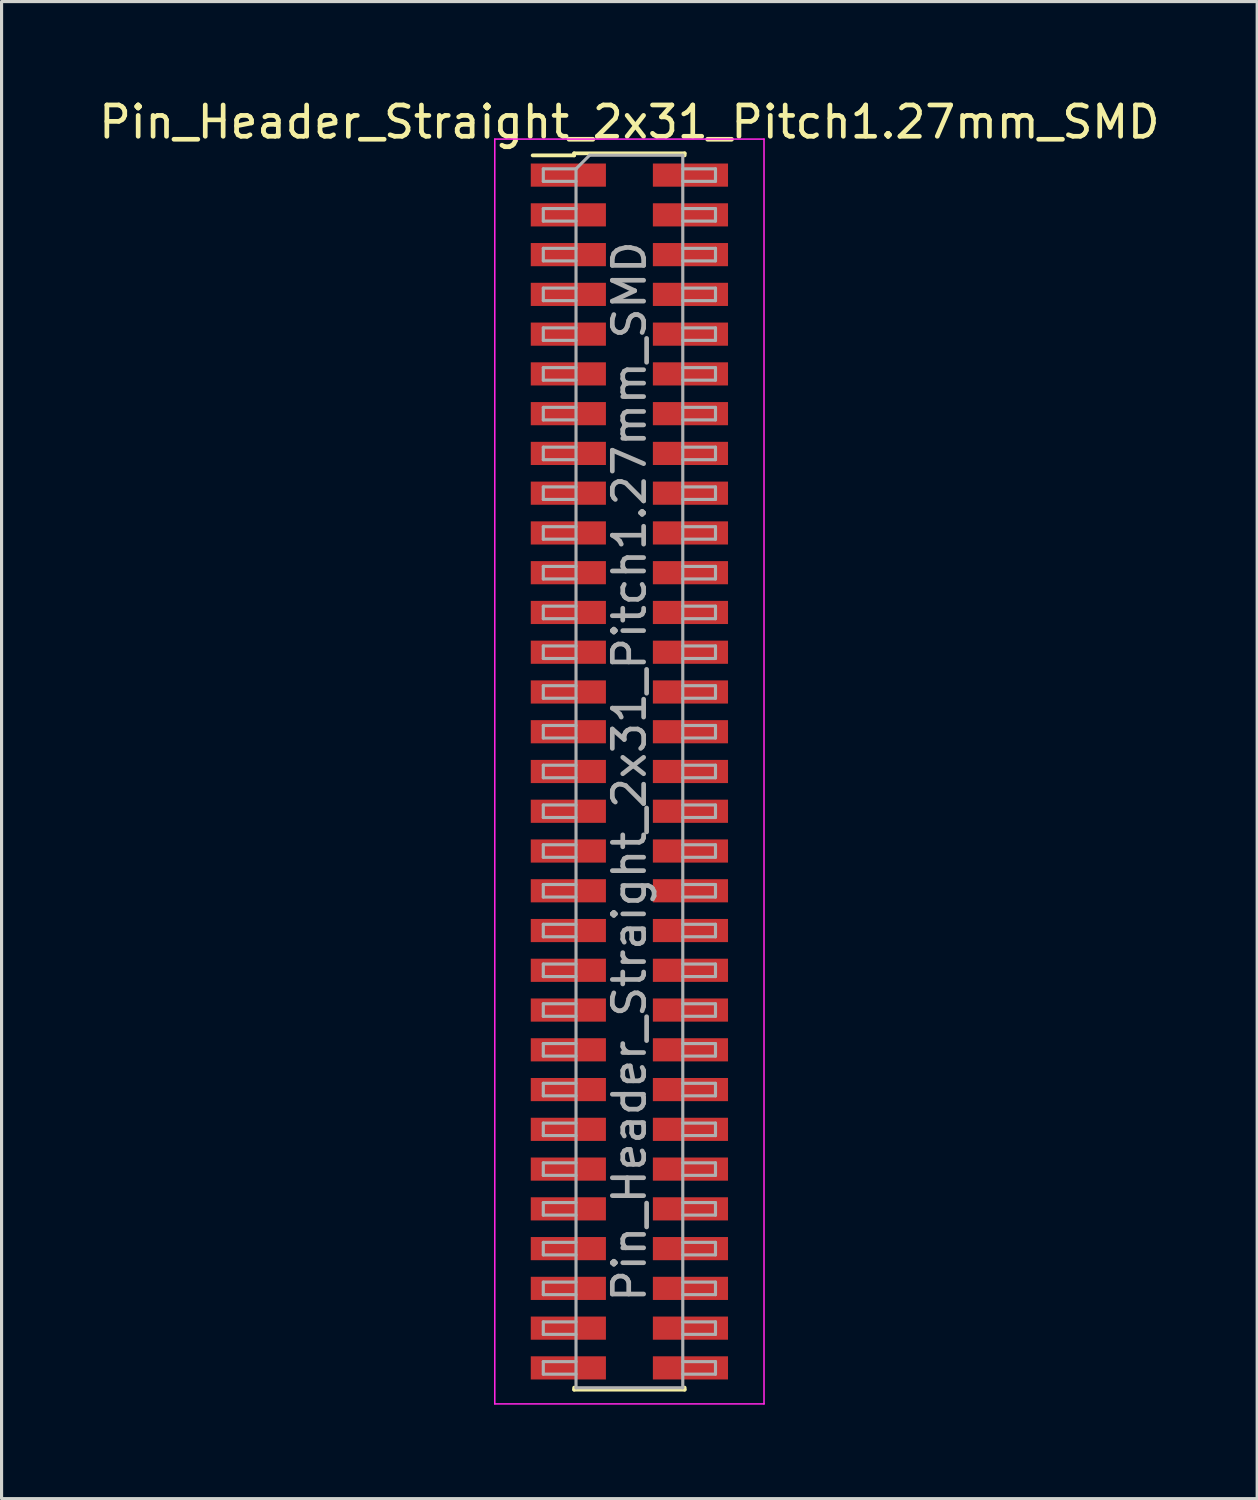
<source format=kicad_pcb>
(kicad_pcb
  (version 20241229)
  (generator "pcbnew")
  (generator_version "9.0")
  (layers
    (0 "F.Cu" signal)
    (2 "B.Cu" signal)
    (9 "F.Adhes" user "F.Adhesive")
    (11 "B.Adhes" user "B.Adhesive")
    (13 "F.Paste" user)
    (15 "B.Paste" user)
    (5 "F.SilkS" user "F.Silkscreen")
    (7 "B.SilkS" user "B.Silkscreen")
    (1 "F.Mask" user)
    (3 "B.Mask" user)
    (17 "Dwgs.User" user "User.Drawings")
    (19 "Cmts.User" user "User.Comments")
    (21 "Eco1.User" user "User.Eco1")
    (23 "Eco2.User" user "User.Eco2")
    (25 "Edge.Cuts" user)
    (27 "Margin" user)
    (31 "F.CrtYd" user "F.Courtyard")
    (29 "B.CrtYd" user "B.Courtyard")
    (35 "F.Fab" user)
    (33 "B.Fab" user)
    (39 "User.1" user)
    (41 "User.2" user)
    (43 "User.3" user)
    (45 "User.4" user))
  (footprint "Pin_Header_Straight_2x31_Pitch1.27mm_SMD"
    (layer "F.Cu")
    (at 17.054 21.593)
    (property "Reference" "Pin_Header_Straight_2x31_Pitch1.27mm_SMD" (at 0 -20.745 0) (layer "F.SilkS") (effects (font (size 1 1) (thickness 0.15))))
    (attr smd)
    (fp_line (start -3.09 -19.68) (end -1.765 -19.68) (stroke (width 0.12) (type solid)) (layer "F.SilkS"))
    (fp_line (start -1.765 -19.745) (end -1.765 -19.68) (stroke (width 0.12) (type solid)) (layer "F.SilkS"))
    (fp_line (start -1.765 -19.745) (end 1.765 -19.745) (stroke (width 0.12) (type solid)) (layer "F.SilkS"))
    (fp_line (start -1.765 19.68) (end -1.765 19.745) (stroke (width 0.12) (type solid)) (layer "F.SilkS"))
    (fp_line (start -1.765 19.745) (end 1.765 19.745) (stroke (width 0.12) (type solid)) (layer "F.SilkS"))
    (fp_line (start 1.765 -19.745) (end 1.765 -19.68) (stroke (width 0.12) (type solid)) (layer "F.SilkS"))
    (fp_line (start 1.765 19.68) (end 1.765 19.745) (stroke (width 0.12) (type solid)) (layer "F.SilkS"))
    (fp_line (start -4.3 -20.2) (end -4.3 20.2) (stroke (width 0.05) (type solid)) (layer "F.CrtYd"))
    (fp_line (start -4.3 20.2) (end 4.3 20.2) (stroke (width 0.05) (type solid)) (layer "F.CrtYd"))
    (fp_line (start 4.3 -20.2) (end -4.3 -20.2) (stroke (width 0.05) (type solid)) (layer "F.CrtYd"))
    (fp_line (start 4.3 20.2) (end 4.3 -20.2) (stroke (width 0.05) (type solid)) (layer "F.CrtYd"))
    (fp_line (start -2.75 -19.25) (end -2.75 -18.85) (stroke (width 0.1) (type solid)) (layer "F.Fab"))
    (fp_line (start -2.75 -18.85) (end -1.705 -18.85) (stroke (width 0.1) (type solid)) (layer "F.Fab"))
    (fp_line (start -2.75 -17.98) (end -2.75 -17.58) (stroke (width 0.1) (type solid)) (layer "F.Fab"))
    (fp_line (start -2.75 -17.58) (end -1.705 -17.58) (stroke (width 0.1) (type solid)) (layer "F.Fab"))
    (fp_line (start -2.75 -16.71) (end -2.75 -16.31) (stroke (width 0.1) (type solid)) (layer "F.Fab"))
    (fp_line (start -2.75 -16.31) (end -1.705 -16.31) (stroke (width 0.1) (type solid)) (layer "F.Fab"))
    (fp_line (start -2.75 -15.44) (end -2.75 -15.04) (stroke (width 0.1) (type solid)) (layer "F.Fab"))
    (fp_line (start -2.75 -15.04) (end -1.705 -15.04) (stroke (width 0.1) (type solid)) (layer "F.Fab"))
    (fp_line (start -2.75 -14.17) (end -2.75 -13.77) (stroke (width 0.1) (type solid)) (layer "F.Fab"))
    (fp_line (start -2.75 -13.77) (end -1.705 -13.77) (stroke (width 0.1) (type solid)) (layer "F.Fab"))
    (fp_line (start -2.75 -12.9) (end -2.75 -12.5) (stroke (width 0.1) (type solid)) (layer "F.Fab"))
    (fp_line (start -2.75 -12.5) (end -1.705 -12.5) (stroke (width 0.1) (type solid)) (layer "F.Fab"))
    (fp_line (start -2.75 -11.63) (end -2.75 -11.23) (stroke (width 0.1) (type solid)) (layer "F.Fab"))
    (fp_line (start -2.75 -11.23) (end -1.705 -11.23) (stroke (width 0.1) (type solid)) (layer "F.Fab"))
    (fp_line (start -2.75 -10.36) (end -2.75 -9.96) (stroke (width 0.1) (type solid)) (layer "F.Fab"))
    (fp_line (start -2.75 -9.96) (end -1.705 -9.96) (stroke (width 0.1) (type solid)) (layer "F.Fab"))
    (fp_line (start -2.75 -9.09) (end -2.75 -8.69) (stroke (width 0.1) (type solid)) (layer "F.Fab"))
    (fp_line (start -2.75 -8.69) (end -1.705 -8.69) (stroke (width 0.1) (type solid)) (layer "F.Fab"))
    (fp_line (start -2.75 -7.82) (end -2.75 -7.42) (stroke (width 0.1) (type solid)) (layer "F.Fab"))
    (fp_line (start -2.75 -7.42) (end -1.705 -7.42) (stroke (width 0.1) (type solid)) (layer "F.Fab"))
    (fp_line (start -2.75 -6.55) (end -2.75 -6.15) (stroke (width 0.1) (type solid)) (layer "F.Fab"))
    (fp_line (start -2.75 -6.15) (end -1.705 -6.15) (stroke (width 0.1) (type solid)) (layer "F.Fab"))
    (fp_line (start -2.75 -5.28) (end -2.75 -4.88) (stroke (width 0.1) (type solid)) (layer "F.Fab"))
    (fp_line (start -2.75 -4.88) (end -1.705 -4.88) (stroke (width 0.1) (type solid)) (layer "F.Fab"))
    (fp_line (start -2.75 -4.01) (end -2.75 -3.61) (stroke (width 0.1) (type solid)) (layer "F.Fab"))
    (fp_line (start -2.75 -3.61) (end -1.705 -3.61) (stroke (width 0.1) (type solid)) (layer "F.Fab"))
    (fp_line (start -2.75 -2.74) (end -2.75 -2.34) (stroke (width 0.1) (type solid)) (layer "F.Fab"))
    (fp_line (start -2.75 -2.34) (end -1.705 -2.34) (stroke (width 0.1) (type solid)) (layer "F.Fab"))
    (fp_line (start -2.75 -1.47) (end -2.75 -1.07) (stroke (width 0.1) (type solid)) (layer "F.Fab"))
    (fp_line (start -2.75 -1.07) (end -1.705 -1.07) (stroke (width 0.1) (type solid)) (layer "F.Fab"))
    (fp_line (start -2.75 -0.2) (end -2.75 0.2) (stroke (width 0.1) (type solid)) (layer "F.Fab"))
    (fp_line (start -2.75 0.2) (end -1.705 0.2) (stroke (width 0.1) (type solid)) (layer "F.Fab"))
    (fp_line (start -2.75 1.07) (end -2.75 1.47) (stroke (width 0.1) (type solid)) (layer "F.Fab"))
    (fp_line (start -2.75 1.47) (end -1.705 1.47) (stroke (width 0.1) (type solid)) (layer "F.Fab"))
    (fp_line (start -2.75 2.34) (end -2.75 2.74) (stroke (width 0.1) (type solid)) (layer "F.Fab"))
    (fp_line (start -2.75 2.74) (end -1.705 2.74) (stroke (width 0.1) (type solid)) (layer "F.Fab"))
    (fp_line (start -2.75 3.61) (end -2.75 4.01) (stroke (width 0.1) (type solid)) (layer "F.Fab"))
    (fp_line (start -2.75 4.01) (end -1.705 4.01) (stroke (width 0.1) (type solid)) (layer "F.Fab"))
    (fp_line (start -2.75 4.88) (end -2.75 5.28) (stroke (width 0.1) (type solid)) (layer "F.Fab"))
    (fp_line (start -2.75 5.28) (end -1.705 5.28) (stroke (width 0.1) (type solid)) (layer "F.Fab"))
    (fp_line (start -2.75 6.15) (end -2.75 6.55) (stroke (width 0.1) (type solid)) (layer "F.Fab"))
    (fp_line (start -2.75 6.55) (end -1.705 6.55) (stroke (width 0.1) (type solid)) (layer "F.Fab"))
    (fp_line (start -2.75 7.42) (end -2.75 7.82) (stroke (width 0.1) (type solid)) (layer "F.Fab"))
    (fp_line (start -2.75 7.82) (end -1.705 7.82) (stroke (width 0.1) (type solid)) (layer "F.Fab"))
    (fp_line (start -2.75 8.69) (end -2.75 9.09) (stroke (width 0.1) (type solid)) (layer "F.Fab"))
    (fp_line (start -2.75 9.09) (end -1.705 9.09) (stroke (width 0.1) (type solid)) (layer "F.Fab"))
    (fp_line (start -2.75 9.96) (end -2.75 10.36) (stroke (width 0.1) (type solid)) (layer "F.Fab"))
    (fp_line (start -2.75 10.36) (end -1.705 10.36) (stroke (width 0.1) (type solid)) (layer "F.Fab"))
    (fp_line (start -2.75 11.23) (end -2.75 11.63) (stroke (width 0.1) (type solid)) (layer "F.Fab"))
    (fp_line (start -2.75 11.63) (end -1.705 11.63) (stroke (width 0.1) (type solid)) (layer "F.Fab"))
    (fp_line (start -2.75 12.5) (end -2.75 12.9) (stroke (width 0.1) (type solid)) (layer "F.Fab"))
    (fp_line (start -2.75 12.9) (end -1.705 12.9) (stroke (width 0.1) (type solid)) (layer "F.Fab"))
    (fp_line (start -2.75 13.77) (end -2.75 14.17) (stroke (width 0.1) (type solid)) (layer "F.Fab"))
    (fp_line (start -2.75 14.17) (end -1.705 14.17) (stroke (width 0.1) (type solid)) (layer "F.Fab"))
    (fp_line (start -2.75 15.04) (end -2.75 15.44) (stroke (width 0.1) (type solid)) (layer "F.Fab"))
    (fp_line (start -2.75 15.44) (end -1.705 15.44) (stroke (width 0.1) (type solid)) (layer "F.Fab"))
    (fp_line (start -2.75 16.31) (end -2.75 16.71) (stroke (width 0.1) (type solid)) (layer "F.Fab"))
    (fp_line (start -2.75 16.71) (end -1.705 16.71) (stroke (width 0.1) (type solid)) (layer "F.Fab"))
    (fp_line (start -2.75 17.58) (end -2.75 17.98) (stroke (width 0.1) (type solid)) (layer "F.Fab"))
    (fp_line (start -2.75 17.98) (end -1.705 17.98) (stroke (width 0.1) (type solid)) (layer "F.Fab"))
    (fp_line (start -2.75 18.85) (end -2.75 19.25) (stroke (width 0.1) (type solid)) (layer "F.Fab"))
    (fp_line (start -2.75 19.25) (end -1.705 19.25) (stroke (width 0.1) (type solid)) (layer "F.Fab"))
    (fp_line (start -1.705 -19.25) (end -2.75 -19.25) (stroke (width 0.1) (type solid)) (layer "F.Fab"))
    (fp_line (start -1.705 -19.25) (end -1.27 -19.685) (stroke (width 0.1) (type solid)) (layer "F.Fab"))
    (fp_line (start -1.705 -17.98) (end -2.75 -17.98) (stroke (width 0.1) (type solid)) (layer "F.Fab"))
    (fp_line (start -1.705 -16.71) (end -2.75 -16.71) (stroke (width 0.1) (type solid)) (layer "F.Fab"))
    (fp_line (start -1.705 -15.44) (end -2.75 -15.44) (stroke (width 0.1) (type solid)) (layer "F.Fab"))
    (fp_line (start -1.705 -14.17) (end -2.75 -14.17) (stroke (width 0.1) (type solid)) (layer "F.Fab"))
    (fp_line (start -1.705 -12.9) (end -2.75 -12.9) (stroke (width 0.1) (type solid)) (layer "F.Fab"))
    (fp_line (start -1.705 -11.63) (end -2.75 -11.63) (stroke (width 0.1) (type solid)) (layer "F.Fab"))
    (fp_line (start -1.705 -10.36) (end -2.75 -10.36) (stroke (width 0.1) (type solid)) (layer "F.Fab"))
    (fp_line (start -1.705 -9.09) (end -2.75 -9.09) (stroke (width 0.1) (type solid)) (layer "F.Fab"))
    (fp_line (start -1.705 -7.82) (end -2.75 -7.82) (stroke (width 0.1) (type solid)) (layer "F.Fab"))
    (fp_line (start -1.705 -6.55) (end -2.75 -6.55) (stroke (width 0.1) (type solid)) (layer "F.Fab"))
    (fp_line (start -1.705 -5.28) (end -2.75 -5.28) (stroke (width 0.1) (type solid)) (layer "F.Fab"))
    (fp_line (start -1.705 -4.01) (end -2.75 -4.01) (stroke (width 0.1) (type solid)) (layer "F.Fab"))
    (fp_line (start -1.705 -2.74) (end -2.75 -2.74) (stroke (width 0.1) (type solid)) (layer "F.Fab"))
    (fp_line (start -1.705 -1.47) (end -2.75 -1.47) (stroke (width 0.1) (type solid)) (layer "F.Fab"))
    (fp_line (start -1.705 -0.2) (end -2.75 -0.2) (stroke (width 0.1) (type solid)) (layer "F.Fab"))
    (fp_line (start -1.705 1.07) (end -2.75 1.07) (stroke (width 0.1) (type solid)) (layer "F.Fab"))
    (fp_line (start -1.705 2.34) (end -2.75 2.34) (stroke (width 0.1) (type solid)) (layer "F.Fab"))
    (fp_line (start -1.705 3.61) (end -2.75 3.61) (stroke (width 0.1) (type solid)) (layer "F.Fab"))
    (fp_line (start -1.705 4.88) (end -2.75 4.88) (stroke (width 0.1) (type solid)) (layer "F.Fab"))
    (fp_line (start -1.705 6.15) (end -2.75 6.15) (stroke (width 0.1) (type solid)) (layer "F.Fab"))
    (fp_line (start -1.705 7.42) (end -2.75 7.42) (stroke (width 0.1) (type solid)) (layer "F.Fab"))
    (fp_line (start -1.705 8.69) (end -2.75 8.69) (stroke (width 0.1) (type solid)) (layer "F.Fab"))
    (fp_line (start -1.705 9.96) (end -2.75 9.96) (stroke (width 0.1) (type solid)) (layer "F.Fab"))
    (fp_line (start -1.705 11.23) (end -2.75 11.23) (stroke (width 0.1) (type solid)) (layer "F.Fab"))
    (fp_line (start -1.705 12.5) (end -2.75 12.5) (stroke (width 0.1) (type solid)) (layer "F.Fab"))
    (fp_line (start -1.705 13.77) (end -2.75 13.77) (stroke (width 0.1) (type solid)) (layer "F.Fab"))
    (fp_line (start -1.705 15.04) (end -2.75 15.04) (stroke (width 0.1) (type solid)) (layer "F.Fab"))
    (fp_line (start -1.705 16.31) (end -2.75 16.31) (stroke (width 0.1) (type solid)) (layer "F.Fab"))
    (fp_line (start -1.705 17.58) (end -2.75 17.58) (stroke (width 0.1) (type solid)) (layer "F.Fab"))
    (fp_line (start -1.705 18.85) (end -2.75 18.85) (stroke (width 0.1) (type solid)) (layer "F.Fab"))
    (fp_line (start -1.705 19.685) (end -1.705 -19.25) (stroke (width 0.1) (type solid)) (layer "F.Fab"))
    (fp_line (start -1.27 -19.685) (end 1.705 -19.685) (stroke (width 0.1) (type solid)) (layer "F.Fab"))
    (fp_line (start 1.705 -19.685) (end 1.705 19.685) (stroke (width 0.1) (type solid)) (layer "F.Fab"))
    (fp_line (start 1.705 -19.25) (end 2.75 -19.25) (stroke (width 0.1) (type solid)) (layer "F.Fab"))
    (fp_line (start 1.705 -17.98) (end 2.75 -17.98) (stroke (width 0.1) (type solid)) (layer "F.Fab"))
    (fp_line (start 1.705 -16.71) (end 2.75 -16.71) (stroke (width 0.1) (type solid)) (layer "F.Fab"))
    (fp_line (start 1.705 -15.44) (end 2.75 -15.44) (stroke (width 0.1) (type solid)) (layer "F.Fab"))
    (fp_line (start 1.705 -14.17) (end 2.75 -14.17) (stroke (width 0.1) (type solid)) (layer "F.Fab"))
    (fp_line (start 1.705 -12.9) (end 2.75 -12.9) (stroke (width 0.1) (type solid)) (layer "F.Fab"))
    (fp_line (start 1.705 -11.63) (end 2.75 -11.63) (stroke (width 0.1) (type solid)) (layer "F.Fab"))
    (fp_line (start 1.705 -10.36) (end 2.75 -10.36) (stroke (width 0.1) (type solid)) (layer "F.Fab"))
    (fp_line (start 1.705 -9.09) (end 2.75 -9.09) (stroke (width 0.1) (type solid)) (layer "F.Fab"))
    (fp_line (start 1.705 -7.82) (end 2.75 -7.82) (stroke (width 0.1) (type solid)) (layer "F.Fab"))
    (fp_line (start 1.705 -6.55) (end 2.75 -6.55) (stroke (width 0.1) (type solid)) (layer "F.Fab"))
    (fp_line (start 1.705 -5.28) (end 2.75 -5.28) (stroke (width 0.1) (type solid)) (layer "F.Fab"))
    (fp_line (start 1.705 -4.01) (end 2.75 -4.01) (stroke (width 0.1) (type solid)) (layer "F.Fab"))
    (fp_line (start 1.705 -2.74) (end 2.75 -2.74) (stroke (width 0.1) (type solid)) (layer "F.Fab"))
    (fp_line (start 1.705 -1.47) (end 2.75 -1.47) (stroke (width 0.1) (type solid)) (layer "F.Fab"))
    (fp_line (start 1.705 -0.2) (end 2.75 -0.2) (stroke (width 0.1) (type solid)) (layer "F.Fab"))
    (fp_line (start 1.705 1.07) (end 2.75 1.07) (stroke (width 0.1) (type solid)) (layer "F.Fab"))
    (fp_line (start 1.705 2.34) (end 2.75 2.34) (stroke (width 0.1) (type solid)) (layer "F.Fab"))
    (fp_line (start 1.705 3.61) (end 2.75 3.61) (stroke (width 0.1) (type solid)) (layer "F.Fab"))
    (fp_line (start 1.705 4.88) (end 2.75 4.88) (stroke (width 0.1) (type solid)) (layer "F.Fab"))
    (fp_line (start 1.705 6.15) (end 2.75 6.15) (stroke (width 0.1) (type solid)) (layer "F.Fab"))
    (fp_line (start 1.705 7.42) (end 2.75 7.42) (stroke (width 0.1) (type solid)) (layer "F.Fab"))
    (fp_line (start 1.705 8.69) (end 2.75 8.69) (stroke (width 0.1) (type solid)) (layer "F.Fab"))
    (fp_line (start 1.705 9.96) (end 2.75 9.96) (stroke (width 0.1) (type solid)) (layer "F.Fab"))
    (fp_line (start 1.705 11.23) (end 2.75 11.23) (stroke (width 0.1) (type solid)) (layer "F.Fab"))
    (fp_line (start 1.705 12.5) (end 2.75 12.5) (stroke (width 0.1) (type solid)) (layer "F.Fab"))
    (fp_line (start 1.705 13.77) (end 2.75 13.77) (stroke (width 0.1) (type solid)) (layer "F.Fab"))
    (fp_line (start 1.705 15.04) (end 2.75 15.04) (stroke (width 0.1) (type solid)) (layer "F.Fab"))
    (fp_line (start 1.705 16.31) (end 2.75 16.31) (stroke (width 0.1) (type solid)) (layer "F.Fab"))
    (fp_line (start 1.705 17.58) (end 2.75 17.58) (stroke (width 0.1) (type solid)) (layer "F.Fab"))
    (fp_line (start 1.705 18.85) (end 2.75 18.85) (stroke (width 0.1) (type solid)) (layer "F.Fab"))
    (fp_line (start 1.705 19.685) (end -1.705 19.685) (stroke (width 0.1) (type solid)) (layer "F.Fab"))
    (fp_line (start 2.75 -19.25) (end 2.75 -18.85) (stroke (width 0.1) (type solid)) (layer "F.Fab"))
    (fp_line (start 2.75 -18.85) (end 1.705 -18.85) (stroke (width 0.1) (type solid)) (layer "F.Fab"))
    (fp_line (start 2.75 -17.98) (end 2.75 -17.58) (stroke (width 0.1) (type solid)) (layer "F.Fab"))
    (fp_line (start 2.75 -17.58) (end 1.705 -17.58) (stroke (width 0.1) (type solid)) (layer "F.Fab"))
    (fp_line (start 2.75 -16.71) (end 2.75 -16.31) (stroke (width 0.1) (type solid)) (layer "F.Fab"))
    (fp_line (start 2.75 -16.31) (end 1.705 -16.31) (stroke (width 0.1) (type solid)) (layer "F.Fab"))
    (fp_line (start 2.75 -15.44) (end 2.75 -15.04) (stroke (width 0.1) (type solid)) (layer "F.Fab"))
    (fp_line (start 2.75 -15.04) (end 1.705 -15.04) (stroke (width 0.1) (type solid)) (layer "F.Fab"))
    (fp_line (start 2.75 -14.17) (end 2.75 -13.77) (stroke (width 0.1) (type solid)) (layer "F.Fab"))
    (fp_line (start 2.75 -13.77) (end 1.705 -13.77) (stroke (width 0.1) (type solid)) (layer "F.Fab"))
    (fp_line (start 2.75 -12.9) (end 2.75 -12.5) (stroke (width 0.1) (type solid)) (layer "F.Fab"))
    (fp_line (start 2.75 -12.5) (end 1.705 -12.5) (stroke (width 0.1) (type solid)) (layer "F.Fab"))
    (fp_line (start 2.75 -11.63) (end 2.75 -11.23) (stroke (width 0.1) (type solid)) (layer "F.Fab"))
    (fp_line (start 2.75 -11.23) (end 1.705 -11.23) (stroke (width 0.1) (type solid)) (layer "F.Fab"))
    (fp_line (start 2.75 -10.36) (end 2.75 -9.96) (stroke (width 0.1) (type solid)) (layer "F.Fab"))
    (fp_line (start 2.75 -9.96) (end 1.705 -9.96) (stroke (width 0.1) (type solid)) (layer "F.Fab"))
    (fp_line (start 2.75 -9.09) (end 2.75 -8.69) (stroke (width 0.1) (type solid)) (layer "F.Fab"))
    (fp_line (start 2.75 -8.69) (end 1.705 -8.69) (stroke (width 0.1) (type solid)) (layer "F.Fab"))
    (fp_line (start 2.75 -7.82) (end 2.75 -7.42) (stroke (width 0.1) (type solid)) (layer "F.Fab"))
    (fp_line (start 2.75 -7.42) (end 1.705 -7.42) (stroke (width 0.1) (type solid)) (layer "F.Fab"))
    (fp_line (start 2.75 -6.55) (end 2.75 -6.15) (stroke (width 0.1) (type solid)) (layer "F.Fab"))
    (fp_line (start 2.75 -6.15) (end 1.705 -6.15) (stroke (width 0.1) (type solid)) (layer "F.Fab"))
    (fp_line (start 2.75 -5.28) (end 2.75 -4.88) (stroke (width 0.1) (type solid)) (layer "F.Fab"))
    (fp_line (start 2.75 -4.88) (end 1.705 -4.88) (stroke (width 0.1) (type solid)) (layer "F.Fab"))
    (fp_line (start 2.75 -4.01) (end 2.75 -3.61) (stroke (width 0.1) (type solid)) (layer "F.Fab"))
    (fp_line (start 2.75 -3.61) (end 1.705 -3.61) (stroke (width 0.1) (type solid)) (layer "F.Fab"))
    (fp_line (start 2.75 -2.74) (end 2.75 -2.34) (stroke (width 0.1) (type solid)) (layer "F.Fab"))
    (fp_line (start 2.75 -2.34) (end 1.705 -2.34) (stroke (width 0.1) (type solid)) (layer "F.Fab"))
    (fp_line (start 2.75 -1.47) (end 2.75 -1.07) (stroke (width 0.1) (type solid)) (layer "F.Fab"))
    (fp_line (start 2.75 -1.07) (end 1.705 -1.07) (stroke (width 0.1) (type solid)) (layer "F.Fab"))
    (fp_line (start 2.75 -0.2) (end 2.75 0.2) (stroke (width 0.1) (type solid)) (layer "F.Fab"))
    (fp_line (start 2.75 0.2) (end 1.705 0.2) (stroke (width 0.1) (type solid)) (layer "F.Fab"))
    (fp_line (start 2.75 1.07) (end 2.75 1.47) (stroke (width 0.1) (type solid)) (layer "F.Fab"))
    (fp_line (start 2.75 1.47) (end 1.705 1.47) (stroke (width 0.1) (type solid)) (layer "F.Fab"))
    (fp_line (start 2.75 2.34) (end 2.75 2.74) (stroke (width 0.1) (type solid)) (layer "F.Fab"))
    (fp_line (start 2.75 2.74) (end 1.705 2.74) (stroke (width 0.1) (type solid)) (layer "F.Fab"))
    (fp_line (start 2.75 3.61) (end 2.75 4.01) (stroke (width 0.1) (type solid)) (layer "F.Fab"))
    (fp_line (start 2.75 4.01) (end 1.705 4.01) (stroke (width 0.1) (type solid)) (layer "F.Fab"))
    (fp_line (start 2.75 4.88) (end 2.75 5.28) (stroke (width 0.1) (type solid)) (layer "F.Fab"))
    (fp_line (start 2.75 5.28) (end 1.705 5.28) (stroke (width 0.1) (type solid)) (layer "F.Fab"))
    (fp_line (start 2.75 6.15) (end 2.75 6.55) (stroke (width 0.1) (type solid)) (layer "F.Fab"))
    (fp_line (start 2.75 6.55) (end 1.705 6.55) (stroke (width 0.1) (type solid)) (layer "F.Fab"))
    (fp_line (start 2.75 7.42) (end 2.75 7.82) (stroke (width 0.1) (type solid)) (layer "F.Fab"))
    (fp_line (start 2.75 7.82) (end 1.705 7.82) (stroke (width 0.1) (type solid)) (layer "F.Fab"))
    (fp_line (start 2.75 8.69) (end 2.75 9.09) (stroke (width 0.1) (type solid)) (layer "F.Fab"))
    (fp_line (start 2.75 9.09) (end 1.705 9.09) (stroke (width 0.1) (type solid)) (layer "F.Fab"))
    (fp_line (start 2.75 9.96) (end 2.75 10.36) (stroke (width 0.1) (type solid)) (layer "F.Fab"))
    (fp_line (start 2.75 10.36) (end 1.705 10.36) (stroke (width 0.1) (type solid)) (layer "F.Fab"))
    (fp_line (start 2.75 11.23) (end 2.75 11.63) (stroke (width 0.1) (type solid)) (layer "F.Fab"))
    (fp_line (start 2.75 11.63) (end 1.705 11.63) (stroke (width 0.1) (type solid)) (layer "F.Fab"))
    (fp_line (start 2.75 12.5) (end 2.75 12.9) (stroke (width 0.1) (type solid)) (layer "F.Fab"))
    (fp_line (start 2.75 12.9) (end 1.705 12.9) (stroke (width 0.1) (type solid)) (layer "F.Fab"))
    (fp_line (start 2.75 13.77) (end 2.75 14.17) (stroke (width 0.1) (type solid)) (layer "F.Fab"))
    (fp_line (start 2.75 14.17) (end 1.705 14.17) (stroke (width 0.1) (type solid)) (layer "F.Fab"))
    (fp_line (start 2.75 15.04) (end 2.75 15.44) (stroke (width 0.1) (type solid)) (layer "F.Fab"))
    (fp_line (start 2.75 15.44) (end 1.705 15.44) (stroke (width 0.1) (type solid)) (layer "F.Fab"))
    (fp_line (start 2.75 16.31) (end 2.75 16.71) (stroke (width 0.1) (type solid)) (layer "F.Fab"))
    (fp_line (start 2.75 16.71) (end 1.705 16.71) (stroke (width 0.1) (type solid)) (layer "F.Fab"))
    (fp_line (start 2.75 17.58) (end 2.75 17.98) (stroke (width 0.1) (type solid)) (layer "F.Fab"))
    (fp_line (start 2.75 17.98) (end 1.705 17.98) (stroke (width 0.1) (type solid)) (layer "F.Fab"))
    (fp_line (start 2.75 18.85) (end 2.75 19.25) (stroke (width 0.1) (type solid)) (layer "F.Fab"))
    (fp_line (start 2.75 19.25) (end 1.705 19.25) (stroke (width 0.1) (type solid)) (layer "F.Fab"))
    (fp_text user "${REFERENCE}" (at 0 0 90) (layer "F.Fab") (effects (font (size 1 1) (thickness 0.15))))
    (pad "1" smd rect (at -1.95 -19.05) (size 2.4 0.74) (layers "F.Cu" "F.Mask" "F.Paste"))
    (pad "2" smd rect (at 1.95 -19.05) (size 2.4 0.74) (layers "F.Cu" "F.Mask" "F.Paste"))
    (pad "3" smd rect (at -1.95 -17.78) (size 2.4 0.74) (layers "F.Cu" "F.Mask" "F.Paste"))
    (pad "4" smd rect (at 1.95 -17.78) (size 2.4 0.74) (layers "F.Cu" "F.Mask" "F.Paste"))
    (pad "5" smd rect (at -1.95 -16.51) (size 2.4 0.74) (layers "F.Cu" "F.Mask" "F.Paste"))
    (pad "6" smd rect (at 1.95 -16.51) (size 2.4 0.74) (layers "F.Cu" "F.Mask" "F.Paste"))
    (pad "7" smd rect (at -1.95 -15.24) (size 2.4 0.74) (layers "F.Cu" "F.Mask" "F.Paste"))
    (pad "8" smd rect (at 1.95 -15.24) (size 2.4 0.74) (layers "F.Cu" "F.Mask" "F.Paste"))
    (pad "9" smd rect (at -1.95 -13.97) (size 2.4 0.74) (layers "F.Cu" "F.Mask" "F.Paste"))
    (pad "10" smd rect (at 1.95 -13.97) (size 2.4 0.74) (layers "F.Cu" "F.Mask" "F.Paste"))
    (pad "11" smd rect (at -1.95 -12.7) (size 2.4 0.74) (layers "F.Cu" "F.Mask" "F.Paste"))
    (pad "12" smd rect (at 1.95 -12.7) (size 2.4 0.74) (layers "F.Cu" "F.Mask" "F.Paste"))
    (pad "13" smd rect (at -1.95 -11.43) (size 2.4 0.74) (layers "F.Cu" "F.Mask" "F.Paste"))
    (pad "14" smd rect (at 1.95 -11.43) (size 2.4 0.74) (layers "F.Cu" "F.Mask" "F.Paste"))
    (pad "15" smd rect (at -1.95 -10.16) (size 2.4 0.74) (layers "F.Cu" "F.Mask" "F.Paste"))
    (pad "16" smd rect (at 1.95 -10.16) (size 2.4 0.74) (layers "F.Cu" "F.Mask" "F.Paste"))
    (pad "17" smd rect (at -1.95 -8.89) (size 2.4 0.74) (layers "F.Cu" "F.Mask" "F.Paste"))
    (pad "18" smd rect (at 1.95 -8.89) (size 2.4 0.74) (layers "F.Cu" "F.Mask" "F.Paste"))
    (pad "19" smd rect (at -1.95 -7.62) (size 2.4 0.74) (layers "F.Cu" "F.Mask" "F.Paste"))
    (pad "20" smd rect (at 1.95 -7.62) (size 2.4 0.74) (layers "F.Cu" "F.Mask" "F.Paste"))
    (pad "21" smd rect (at -1.95 -6.35) (size 2.4 0.74) (layers "F.Cu" "F.Mask" "F.Paste"))
    (pad "22" smd rect (at 1.95 -6.35) (size 2.4 0.74) (layers "F.Cu" "F.Mask" "F.Paste"))
    (pad "23" smd rect (at -1.95 -5.08) (size 2.4 0.74) (layers "F.Cu" "F.Mask" "F.Paste"))
    (pad "24" smd rect (at 1.95 -5.08) (size 2.4 0.74) (layers "F.Cu" "F.Mask" "F.Paste"))
    (pad "25" smd rect (at -1.95 -3.81) (size 2.4 0.74) (layers "F.Cu" "F.Mask" "F.Paste"))
    (pad "26" smd rect (at 1.95 -3.81) (size 2.4 0.74) (layers "F.Cu" "F.Mask" "F.Paste"))
    (pad "27" smd rect (at -1.95 -2.54) (size 2.4 0.74) (layers "F.Cu" "F.Mask" "F.Paste"))
    (pad "28" smd rect (at 1.95 -2.54) (size 2.4 0.74) (layers "F.Cu" "F.Mask" "F.Paste"))
    (pad "29" smd rect (at -1.95 -1.27) (size 2.4 0.74) (layers "F.Cu" "F.Mask" "F.Paste"))
    (pad "30" smd rect (at 1.95 -1.27) (size 2.4 0.74) (layers "F.Cu" "F.Mask" "F.Paste"))
    (pad "31" smd rect (at -1.95 0) (size 2.4 0.74) (layers "F.Cu" "F.Mask" "F.Paste"))
    (pad "32" smd rect (at 1.95 0) (size 2.4 0.74) (layers "F.Cu" "F.Mask" "F.Paste"))
    (pad "33" smd rect (at -1.95 1.27) (size 2.4 0.74) (layers "F.Cu" "F.Mask" "F.Paste"))
    (pad "34" smd rect (at 1.95 1.27) (size 2.4 0.74) (layers "F.Cu" "F.Mask" "F.Paste"))
    (pad "35" smd rect (at -1.95 2.54) (size 2.4 0.74) (layers "F.Cu" "F.Mask" "F.Paste"))
    (pad "36" smd rect (at 1.95 2.54) (size 2.4 0.74) (layers "F.Cu" "F.Mask" "F.Paste"))
    (pad "37" smd rect (at -1.95 3.81) (size 2.4 0.74) (layers "F.Cu" "F.Mask" "F.Paste"))
    (pad "38" smd rect (at 1.95 3.81) (size 2.4 0.74) (layers "F.Cu" "F.Mask" "F.Paste"))
    (pad "39" smd rect (at -1.95 5.08) (size 2.4 0.74) (layers "F.Cu" "F.Mask" "F.Paste"))
    (pad "40" smd rect (at 1.95 5.08) (size 2.4 0.74) (layers "F.Cu" "F.Mask" "F.Paste"))
    (pad "41" smd rect (at -1.95 6.35) (size 2.4 0.74) (layers "F.Cu" "F.Mask" "F.Paste"))
    (pad "42" smd rect (at 1.95 6.35) (size 2.4 0.74) (layers "F.Cu" "F.Mask" "F.Paste"))
    (pad "43" smd rect (at -1.95 7.62) (size 2.4 0.74) (layers "F.Cu" "F.Mask" "F.Paste"))
    (pad "44" smd rect (at 1.95 7.62) (size 2.4 0.74) (layers "F.Cu" "F.Mask" "F.Paste"))
    (pad "45" smd rect (at -1.95 8.89) (size 2.4 0.74) (layers "F.Cu" "F.Mask" "F.Paste"))
    (pad "46" smd rect (at 1.95 8.89) (size 2.4 0.74) (layers "F.Cu" "F.Mask" "F.Paste"))
    (pad "47" smd rect (at -1.95 10.16) (size 2.4 0.74) (layers "F.Cu" "F.Mask" "F.Paste"))
    (pad "48" smd rect (at 1.95 10.16) (size 2.4 0.74) (layers "F.Cu" "F.Mask" "F.Paste"))
    (pad "49" smd rect (at -1.95 11.43) (size 2.4 0.74) (layers "F.Cu" "F.Mask" "F.Paste"))
    (pad "50" smd rect (at 1.95 11.43) (size 2.4 0.74) (layers "F.Cu" "F.Mask" "F.Paste"))
    (pad "51" smd rect (at -1.95 12.7) (size 2.4 0.74) (layers "F.Cu" "F.Mask" "F.Paste"))
    (pad "52" smd rect (at 1.95 12.7) (size 2.4 0.74) (layers "F.Cu" "F.Mask" "F.Paste"))
    (pad "53" smd rect (at -1.95 13.97) (size 2.4 0.74) (layers "F.Cu" "F.Mask" "F.Paste"))
    (pad "54" smd rect (at 1.95 13.97) (size 2.4 0.74) (layers "F.Cu" "F.Mask" "F.Paste"))
    (pad "55" smd rect (at -1.95 15.24) (size 2.4 0.74) (layers "F.Cu" "F.Mask" "F.Paste"))
    (pad "56" smd rect (at 1.95 15.24) (size 2.4 0.74) (layers "F.Cu" "F.Mask" "F.Paste"))
    (pad "57" smd rect (at -1.95 16.51) (size 2.4 0.74) (layers "F.Cu" "F.Mask" "F.Paste"))
    (pad "58" smd rect (at 1.95 16.51) (size 2.4 0.74) (layers "F.Cu" "F.Mask" "F.Paste"))
    (pad "59" smd rect (at -1.95 17.78) (size 2.4 0.74) (layers "F.Cu" "F.Mask" "F.Paste"))
    (pad "60" smd rect (at 1.95 17.78) (size 2.4 0.74) (layers "F.Cu" "F.Mask" "F.Paste"))
    (pad "61" smd rect (at -1.95 19.05) (size 2.4 0.74) (layers "F.Cu" "F.Mask" "F.Paste"))
    (pad "62" smd rect (at 1.95 19.05) (size 2.4 0.74) (layers "F.Cu" "F.Mask" "F.Paste")))
  (gr_rect
    (start -3 -3)
    (end 37.107 44.818)
    (stroke (width 0.1) (type default))
    (fill no)
    (layer "Edge.Cuts")))
</source>
